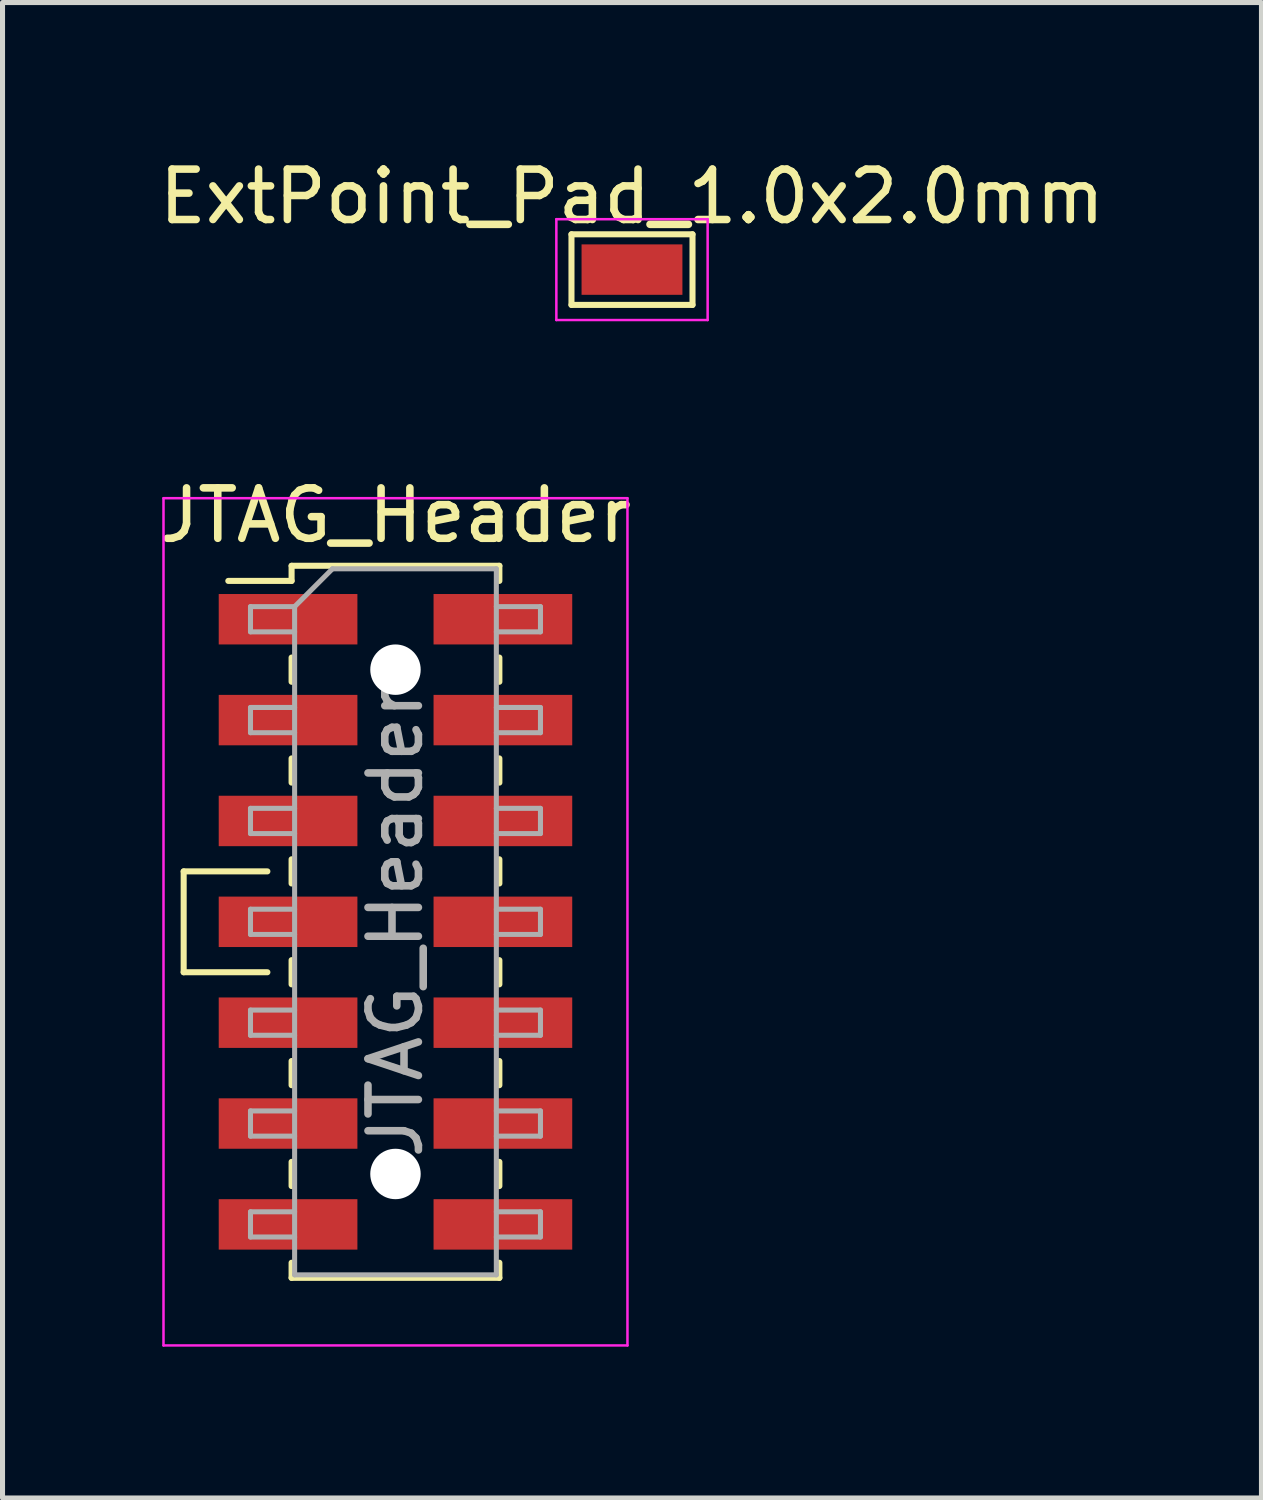
<source format=kicad_pcb>
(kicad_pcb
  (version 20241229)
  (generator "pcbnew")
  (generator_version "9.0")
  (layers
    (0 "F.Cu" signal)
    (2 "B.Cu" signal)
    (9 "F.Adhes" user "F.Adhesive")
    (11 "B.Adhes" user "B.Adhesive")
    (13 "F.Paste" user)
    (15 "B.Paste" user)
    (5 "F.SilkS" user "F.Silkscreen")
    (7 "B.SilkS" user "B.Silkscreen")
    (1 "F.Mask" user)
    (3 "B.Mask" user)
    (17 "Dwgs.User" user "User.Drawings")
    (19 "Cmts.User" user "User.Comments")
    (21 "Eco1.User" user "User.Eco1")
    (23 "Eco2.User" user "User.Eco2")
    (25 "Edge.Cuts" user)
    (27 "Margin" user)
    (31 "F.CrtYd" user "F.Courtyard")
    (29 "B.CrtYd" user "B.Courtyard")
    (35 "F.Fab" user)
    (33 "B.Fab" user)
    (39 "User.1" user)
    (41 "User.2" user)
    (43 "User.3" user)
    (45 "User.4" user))
  (footprint "JTAG_Header"
    (layer "F.Cu")
    (at 4.792 15.229)
    (property "Reference" "JTAG_Header" (at 0 -8.06 0) (layer "F.SilkS") (effects (font (size 1 1) (thickness 0.15))))
    (attr smd)
    (fp_line (start -4.2 -1) (end -2.54 -1) (stroke (width 0.12) (type solid)) (layer "F.SilkS"))
    (fp_line (start -4.2 1) (end -4.2 -1) (stroke (width 0.12) (type solid)) (layer "F.SilkS"))
    (fp_line (start -3.315 -6.76) (end -2.06 -6.76) (stroke (width 0.12) (type solid)) (layer "F.SilkS"))
    (fp_line (start -2.54 1) (end -4.2 1) (stroke (width 0.12) (type solid)) (layer "F.SilkS"))
    (fp_line (start -2.06 -7.06) (end -2.06 -6.76) (stroke (width 0.12) (type solid)) (layer "F.SilkS"))
    (fp_line (start -2.06 -7.06) (end 2.06 -7.06) (stroke (width 0.12) (type solid)) (layer "F.SilkS"))
    (fp_line (start -2.06 -5.24) (end -2.06 -4.76) (stroke (width 0.12) (type solid)) (layer "F.SilkS"))
    (fp_line (start -2.06 -3.24) (end -2.06 -2.76) (stroke (width 0.12) (type solid)) (layer "F.SilkS"))
    (fp_line (start -2.06 -1.24) (end -2.06 -0.76) (stroke (width 0.12) (type solid)) (layer "F.SilkS"))
    (fp_line (start -2.06 0.76) (end -2.06 1.24) (stroke (width 0.12) (type solid)) (layer "F.SilkS"))
    (fp_line (start -2.06 2.76) (end -2.06 3.24) (stroke (width 0.12) (type solid)) (layer "F.SilkS"))
    (fp_line (start -2.06 4.76) (end -2.06 5.24) (stroke (width 0.12) (type solid)) (layer "F.SilkS"))
    (fp_line (start -2.06 6.76) (end -2.06 7.06) (stroke (width 0.12) (type solid)) (layer "F.SilkS"))
    (fp_line (start -2.06 7.06) (end 2.06 7.06) (stroke (width 0.12) (type solid)) (layer "F.SilkS"))
    (fp_line (start 2.06 -7.06) (end 2.06 -6.76) (stroke (width 0.12) (type solid)) (layer "F.SilkS"))
    (fp_line (start 2.06 -5.24) (end 2.06 -4.76) (stroke (width 0.12) (type solid)) (layer "F.SilkS"))
    (fp_line (start 2.06 -3.24) (end 2.06 -2.76) (stroke (width 0.12) (type solid)) (layer "F.SilkS"))
    (fp_line (start 2.06 -1.24) (end 2.06 -0.76) (stroke (width 0.12) (type solid)) (layer "F.SilkS"))
    (fp_line (start 2.06 0.76) (end 2.06 1.24) (stroke (width 0.12) (type solid)) (layer "F.SilkS"))
    (fp_line (start 2.06 2.76) (end 2.06 3.24) (stroke (width 0.12) (type solid)) (layer "F.SilkS"))
    (fp_line (start 2.06 4.76) (end 2.06 5.24) (stroke (width 0.12) (type solid)) (layer "F.SilkS"))
    (fp_line (start 2.06 6.76) (end 2.06 7.06) (stroke (width 0.12) (type solid)) (layer "F.SilkS"))
    (fp_line (start -4.6 -8.4) (end -4.6 8.4) (stroke (width 0.05) (type solid)) (layer "F.CrtYd"))
    (fp_line (start -4.6 8.4) (end 4.6 8.4) (stroke (width 0.05) (type solid)) (layer "F.CrtYd"))
    (fp_line (start 4.6 -8.4) (end -4.6 -8.4) (stroke (width 0.05) (type solid)) (layer "F.CrtYd"))
    (fp_line (start 4.6 8.4) (end 4.6 -8.4) (stroke (width 0.05) (type solid)) (layer "F.CrtYd"))
    (fp_line (start -2.875 -6.25) (end -2.875 -5.75) (stroke (width 0.1) (type solid)) (layer "F.Fab"))
    (fp_line (start -2.875 -5.75) (end -2 -5.75) (stroke (width 0.1) (type solid)) (layer "F.Fab"))
    (fp_line (start -2.875 -4.25) (end -2.875 -3.75) (stroke (width 0.1) (type solid)) (layer "F.Fab"))
    (fp_line (start -2.875 -3.75) (end -2 -3.75) (stroke (width 0.1) (type solid)) (layer "F.Fab"))
    (fp_line (start -2.875 -2.25) (end -2.875 -1.75) (stroke (width 0.1) (type solid)) (layer "F.Fab"))
    (fp_line (start -2.875 -1.75) (end -2 -1.75) (stroke (width 0.1) (type solid)) (layer "F.Fab"))
    (fp_line (start -2.875 -0.25) (end -2.875 0.25) (stroke (width 0.1) (type solid)) (layer "F.Fab"))
    (fp_line (start -2.875 0.25) (end -2 0.25) (stroke (width 0.1) (type solid)) (layer "F.Fab"))
    (fp_line (start -2.875 1.75) (end -2.875 2.25) (stroke (width 0.1) (type solid)) (layer "F.Fab"))
    (fp_line (start -2.875 2.25) (end -2 2.25) (stroke (width 0.1) (type solid)) (layer "F.Fab"))
    (fp_line (start -2.875 3.75) (end -2.875 4.25) (stroke (width 0.1) (type solid)) (layer "F.Fab"))
    (fp_line (start -2.875 4.25) (end -2 4.25) (stroke (width 0.1) (type solid)) (layer "F.Fab"))
    (fp_line (start -2.875 5.75) (end -2.875 6.25) (stroke (width 0.1) (type solid)) (layer "F.Fab"))
    (fp_line (start -2.875 6.25) (end -2 6.25) (stroke (width 0.1) (type solid)) (layer "F.Fab"))
    (fp_line (start -2 -6.25) (end -2.875 -6.25) (stroke (width 0.1) (type solid)) (layer "F.Fab"))
    (fp_line (start -2 -6.25) (end -1.25 -7) (stroke (width 0.1) (type solid)) (layer "F.Fab"))
    (fp_line (start -2 -4.25) (end -2.875 -4.25) (stroke (width 0.1) (type solid)) (layer "F.Fab"))
    (fp_line (start -2 -2.25) (end -2.875 -2.25) (stroke (width 0.1) (type solid)) (layer "F.Fab"))
    (fp_line (start -2 -0.25) (end -2.875 -0.25) (stroke (width 0.1) (type solid)) (layer "F.Fab"))
    (fp_line (start -2 1.75) (end -2.875 1.75) (stroke (width 0.1) (type solid)) (layer "F.Fab"))
    (fp_line (start -2 3.75) (end -2.875 3.75) (stroke (width 0.1) (type solid)) (layer "F.Fab"))
    (fp_line (start -2 5.75) (end -2.875 5.75) (stroke (width 0.1) (type solid)) (layer "F.Fab"))
    (fp_line (start -2 7) (end -2 -6.25) (stroke (width 0.1) (type solid)) (layer "F.Fab"))
    (fp_line (start -1.25 -7) (end 2 -7) (stroke (width 0.1) (type solid)) (layer "F.Fab"))
    (fp_line (start 2 -7) (end 2 7) (stroke (width 0.1) (type solid)) (layer "F.Fab"))
    (fp_line (start 2 -6.25) (end 2.875 -6.25) (stroke (width 0.1) (type solid)) (layer "F.Fab"))
    (fp_line (start 2 -4.25) (end 2.875 -4.25) (stroke (width 0.1) (type solid)) (layer "F.Fab"))
    (fp_line (start 2 -2.25) (end 2.875 -2.25) (stroke (width 0.1) (type solid)) (layer "F.Fab"))
    (fp_line (start 2 -0.25) (end 2.875 -0.25) (stroke (width 0.1) (type solid)) (layer "F.Fab"))
    (fp_line (start 2 1.75) (end 2.875 1.75) (stroke (width 0.1) (type solid)) (layer "F.Fab"))
    (fp_line (start 2 3.75) (end 2.875 3.75) (stroke (width 0.1) (type solid)) (layer "F.Fab"))
    (fp_line (start 2 5.75) (end 2.875 5.75) (stroke (width 0.1) (type solid)) (layer "F.Fab"))
    (fp_line (start 2 7) (end -2 7) (stroke (width 0.1) (type solid)) (layer "F.Fab"))
    (fp_line (start 2.875 -6.25) (end 2.875 -5.75) (stroke (width 0.1) (type solid)) (layer "F.Fab"))
    (fp_line (start 2.875 -5.75) (end 2 -5.75) (stroke (width 0.1) (type solid)) (layer "F.Fab"))
    (fp_line (start 2.875 -4.25) (end 2.875 -3.75) (stroke (width 0.1) (type solid)) (layer "F.Fab"))
    (fp_line (start 2.875 -3.75) (end 2 -3.75) (stroke (width 0.1) (type solid)) (layer "F.Fab"))
    (fp_line (start 2.875 -2.25) (end 2.875 -1.75) (stroke (width 0.1) (type solid)) (layer "F.Fab"))
    (fp_line (start 2.875 -1.75) (end 2 -1.75) (stroke (width 0.1) (type solid)) (layer "F.Fab"))
    (fp_line (start 2.875 -0.25) (end 2.875 0.25) (stroke (width 0.1) (type solid)) (layer "F.Fab"))
    (fp_line (start 2.875 0.25) (end 2 0.25) (stroke (width 0.1) (type solid)) (layer "F.Fab"))
    (fp_line (start 2.875 1.75) (end 2.875 2.25) (stroke (width 0.1) (type solid)) (layer "F.Fab"))
    (fp_line (start 2.875 2.25) (end 2 2.25) (stroke (width 0.1) (type solid)) (layer "F.Fab"))
    (fp_line (start 2.875 3.75) (end 2.875 4.25) (stroke (width 0.1) (type solid)) (layer "F.Fab"))
    (fp_line (start 2.875 4.25) (end 2 4.25) (stroke (width 0.1) (type solid)) (layer "F.Fab"))
    (fp_line (start 2.875 5.75) (end 2.875 6.25) (stroke (width 0.1) (type solid)) (layer "F.Fab"))
    (fp_line (start 2.875 6.25) (end 2 6.25) (stroke (width 0.1) (type solid)) (layer "F.Fab"))
    (fp_text user "${REFERENCE}" (at 0 0 90) (layer "F.Fab") (effects (font (size 1 1) (thickness 0.15))))
    (pad "" np_thru_hole circle (at 0 -5) (size 1 1) (drill 1) (layers "*.Cu" "*.Mask"))
    (pad "" np_thru_hole circle (at 0 5) (size 1 1) (drill 1) (layers "*.Cu" "*.Mask"))
    (pad "1" smd rect (at -2.13 -6) (size 2.75 1) (layers "F.Cu" "F.Mask" "F.Paste"))
    (pad "2" smd rect (at 2.13 -6) (size 2.75 1) (layers "F.Cu" "F.Mask" "F.Paste"))
    (pad "3" smd rect (at -2.13 -4) (size 2.75 1) (layers "F.Cu" "F.Mask" "F.Paste"))
    (pad "4" smd rect (at 2.13 -4) (size 2.75 1) (layers "F.Cu" "F.Mask" "F.Paste"))
    (pad "5" smd rect (at -2.13 -2) (size 2.75 1) (layers "F.Cu" "F.Mask" "F.Paste"))
    (pad "6" smd rect (at 2.13 -2) (size 2.75 1) (layers "F.Cu" "F.Mask" "F.Paste"))
    (pad "7" smd rect (at -2.13 0) (size 2.75 1) (layers "F.Cu" "F.Mask" "F.Paste"))
    (pad "8" smd rect (at 2.13 0) (size 2.75 1) (layers "F.Cu" "F.Mask" "F.Paste"))
    (pad "9" smd rect (at -2.13 2) (size 2.75 1) (layers "F.Cu" "F.Mask" "F.Paste"))
    (pad "10" smd rect (at 2.13 2) (size 2.75 1) (layers "F.Cu" "F.Mask" "F.Paste"))
    (pad "11" smd rect (at -2.13 4) (size 2.75 1) (layers "F.Cu" "F.Mask" "F.Paste"))
    (pad "12" smd rect (at 2.13 4) (size 2.75 1) (layers "F.Cu" "F.Mask" "F.Paste"))
    (pad "13" smd rect (at -2.13 6) (size 2.75 1) (layers "F.Cu" "F.Mask" "F.Paste"))
    (pad "14" smd rect (at 2.13 6) (size 2.75 1) (layers "F.Cu" "F.Mask" "F.Paste")))
  (footprint "ExtPoint_Pad_1.0x2.0mm"
    (layer "F.Cu")
    (at 9.482 2.296)
    (property "Reference" "ExtPoint_Pad_1.0x2.0mm" (at 0 -1.448 0) (layer "F.SilkS") (effects (font (size 1 1) (thickness 0.15))))
    (attr smd)
    (fp_line (start -1.2 -0.7) (end 1.2 -0.7) (stroke (width 0.12) (type solid)) (layer "F.SilkS"))
    (fp_line (start -1.2 0.7) (end -1.2 -0.7) (stroke (width 0.12) (type solid)) (layer "F.SilkS"))
    (fp_line (start 1.2 -0.7) (end 1.2 0.7) (stroke (width 0.12) (type solid)) (layer "F.SilkS"))
    (fp_line (start 1.2 0.7) (end -1.2 0.7) (stroke (width 0.12) (type solid)) (layer "F.SilkS"))
    (fp_line (start -1.5 -1) (end -1.5 1) (stroke (width 0.05) (type solid)) (layer "F.CrtYd"))
    (fp_line (start -1.5 -1) (end 1.5 -1) (stroke (width 0.05) (type solid)) (layer "F.CrtYd"))
    (fp_line (start 1.5 1) (end -1.5 1) (stroke (width 0.05) (type solid)) (layer "F.CrtYd"))
    (fp_line (start 1.5 1) (end 1.5 -1) (stroke (width 0.05) (type solid)) (layer "F.CrtYd"))
    (pad "1" smd rect (at 0 0) (size 2 1) (layers "F.Cu" "F.Mask")))
  (gr_rect
    (start -3 -3)
    (end 21.964 26.654)
    (stroke (width 0.1) (type default))
    (fill no)
    (layer "Edge.Cuts")))
</source>
